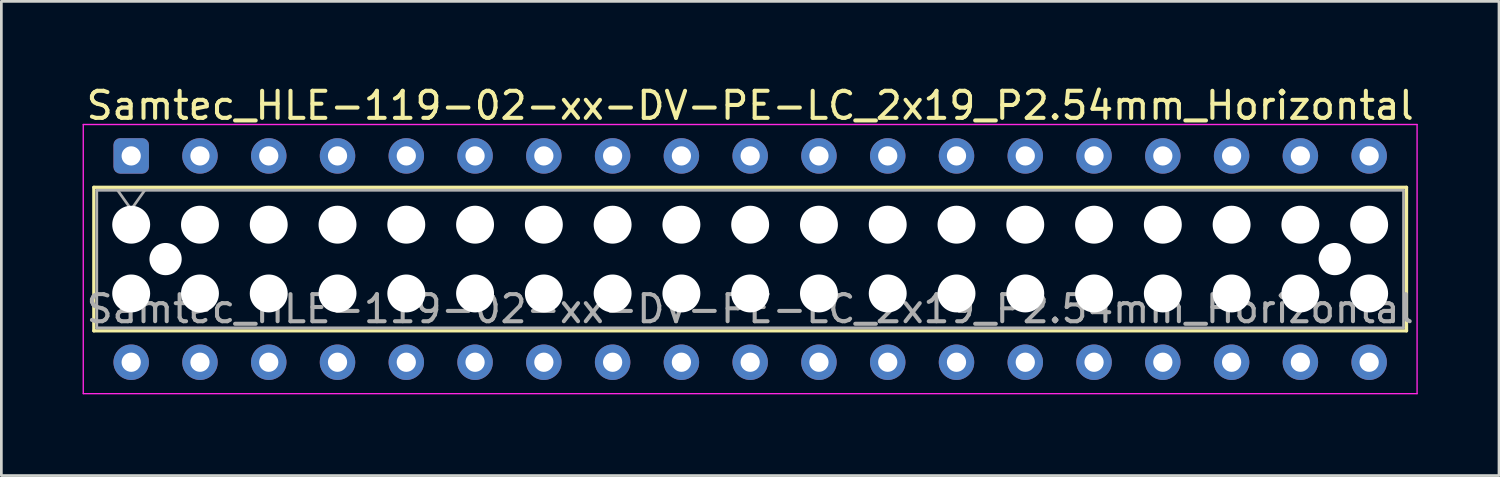
<source format=kicad_pcb>
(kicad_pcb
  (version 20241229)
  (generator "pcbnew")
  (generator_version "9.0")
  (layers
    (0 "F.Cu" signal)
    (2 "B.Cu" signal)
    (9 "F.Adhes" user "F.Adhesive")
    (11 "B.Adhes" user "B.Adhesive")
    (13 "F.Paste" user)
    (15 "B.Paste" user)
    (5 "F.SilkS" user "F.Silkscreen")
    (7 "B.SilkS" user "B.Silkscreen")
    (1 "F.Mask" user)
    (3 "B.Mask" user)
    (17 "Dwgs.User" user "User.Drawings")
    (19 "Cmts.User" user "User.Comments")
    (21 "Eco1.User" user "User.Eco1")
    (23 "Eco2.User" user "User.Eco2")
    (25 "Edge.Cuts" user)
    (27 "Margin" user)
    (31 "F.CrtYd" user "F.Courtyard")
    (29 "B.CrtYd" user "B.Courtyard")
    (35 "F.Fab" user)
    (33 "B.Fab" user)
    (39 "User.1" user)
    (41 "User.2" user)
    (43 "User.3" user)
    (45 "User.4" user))
  (footprint "Samtec_HLE-119-02-xx-DV-PE-LC_2x19_P2.54mm_Horizontal"
    (layer "F.Cu")
    (at 1.795 2.708)
    (property "Reference" "Samtec_HLE-119-02-xx-DV-PE-LC_2x19_P2.54mm_Horizontal" (at 22.86 -1.86 0) (layer "F.SilkS") (effects (font (size 1 1) (thickness 0.15))))
    (attr through_hole)
    (fp_line (start -1.38 1.16) (end 47.1 1.16) (stroke (width 0.12) (type solid)) (layer "F.SilkS"))
    (fp_line (start -1.38 6.46) (end -1.38 1.16) (stroke (width 0.12) (type solid)) (layer "F.SilkS"))
    (fp_line (start 47.1 1.16) (end 47.1 6.46) (stroke (width 0.12) (type solid)) (layer "F.SilkS"))
    (fp_line (start 47.1 6.46) (end -1.38 6.46) (stroke (width 0.12) (type solid)) (layer "F.SilkS"))
    (fp_line (start -1.77 -1.16) (end 47.49 -1.16) (stroke (width 0.05) (type solid)) (layer "F.CrtYd"))
    (fp_line (start -1.77 8.78) (end -1.77 -1.16) (stroke (width 0.05) (type solid)) (layer "F.CrtYd"))
    (fp_line (start 47.49 -1.16) (end 47.49 8.78) (stroke (width 0.05) (type solid)) (layer "F.CrtYd"))
    (fp_line (start 47.49 8.78) (end -1.77 8.78) (stroke (width 0.05) (type solid)) (layer "F.CrtYd"))
    (fp_line (start -1.27 1.27) (end 46.99 1.27) (stroke (width 0.1) (type solid)) (layer "F.Fab"))
    (fp_line (start -1.27 6.35) (end -1.27 1.27) (stroke (width 0.1) (type solid)) (layer "F.Fab"))
    (fp_line (start -0.5 1.27) (end 0 1.977) (stroke (width 0.1) (type solid)) (layer "F.Fab"))
    (fp_line (start 0 1.977) (end 0.5 1.27) (stroke (width 0.1) (type solid)) (layer "F.Fab"))
    (fp_line (start 46.99 1.27) (end 46.99 6.35) (stroke (width 0.1) (type solid)) (layer "F.Fab"))
    (fp_line (start 46.99 6.35) (end -1.27 6.35) (stroke (width 0.1) (type solid)) (layer "F.Fab"))
    (fp_text user "${REFERENCE}" (at 22.86 5.65 0) (layer "F.Fab") (effects (font (size 1 1) (thickness 0.15))))
    (pad "" np_thru_hole circle (at 0 2.54) (size 1.4 1.4) (drill 1.4) (layers "*.Cu" "*.Mask"))
    (pad "" np_thru_hole circle (at 0 5.08) (size 1.4 1.4) (drill 1.4) (layers "*.Cu" "*.Mask"))
    (pad "" np_thru_hole circle (at 1.27 3.81) (size 1.19 1.19) (drill 1.19) (layers "*.Cu" "*.Mask"))
    (pad "" np_thru_hole circle (at 2.54 2.54) (size 1.4 1.4) (drill 1.4) (layers "*.Cu" "*.Mask"))
    (pad "" np_thru_hole circle (at 2.54 5.08) (size 1.4 1.4) (drill 1.4) (layers "*.Cu" "*.Mask"))
    (pad "" np_thru_hole circle (at 5.08 2.54) (size 1.4 1.4) (drill 1.4) (layers "*.Cu" "*.Mask"))
    (pad "" np_thru_hole circle (at 5.08 5.08) (size 1.4 1.4) (drill 1.4) (layers "*.Cu" "*.Mask"))
    (pad "" np_thru_hole circle (at 7.62 2.54) (size 1.4 1.4) (drill 1.4) (layers "*.Cu" "*.Mask"))
    (pad "" np_thru_hole circle (at 7.62 5.08) (size 1.4 1.4) (drill 1.4) (layers "*.Cu" "*.Mask"))
    (pad "" np_thru_hole circle (at 10.16 2.54) (size 1.4 1.4) (drill 1.4) (layers "*.Cu" "*.Mask"))
    (pad "" np_thru_hole circle (at 10.16 5.08) (size 1.4 1.4) (drill 1.4) (layers "*.Cu" "*.Mask"))
    (pad "" np_thru_hole circle (at 12.7 2.54) (size 1.4 1.4) (drill 1.4) (layers "*.Cu" "*.Mask"))
    (pad "" np_thru_hole circle (at 12.7 5.08) (size 1.4 1.4) (drill 1.4) (layers "*.Cu" "*.Mask"))
    (pad "" np_thru_hole circle (at 15.24 2.54) (size 1.4 1.4) (drill 1.4) (layers "*.Cu" "*.Mask"))
    (pad "" np_thru_hole circle (at 15.24 5.08) (size 1.4 1.4) (drill 1.4) (layers "*.Cu" "*.Mask"))
    (pad "" np_thru_hole circle (at 17.78 2.54) (size 1.4 1.4) (drill 1.4) (layers "*.Cu" "*.Mask"))
    (pad "" np_thru_hole circle (at 17.78 5.08) (size 1.4 1.4) (drill 1.4) (layers "*.Cu" "*.Mask"))
    (pad "" np_thru_hole circle (at 20.32 2.54) (size 1.4 1.4) (drill 1.4) (layers "*.Cu" "*.Mask"))
    (pad "" np_thru_hole circle (at 20.32 5.08) (size 1.4 1.4) (drill 1.4) (layers "*.Cu" "*.Mask"))
    (pad "" np_thru_hole circle (at 22.86 2.54) (size 1.4 1.4) (drill 1.4) (layers "*.Cu" "*.Mask"))
    (pad "" np_thru_hole circle (at 22.86 5.08) (size 1.4 1.4) (drill 1.4) (layers "*.Cu" "*.Mask"))
    (pad "" np_thru_hole circle (at 25.4 2.54) (size 1.4 1.4) (drill 1.4) (layers "*.Cu" "*.Mask"))
    (pad "" np_thru_hole circle (at 25.4 5.08) (size 1.4 1.4) (drill 1.4) (layers "*.Cu" "*.Mask"))
    (pad "" np_thru_hole circle (at 27.94 2.54) (size 1.4 1.4) (drill 1.4) (layers "*.Cu" "*.Mask"))
    (pad "" np_thru_hole circle (at 27.94 5.08) (size 1.4 1.4) (drill 1.4) (layers "*.Cu" "*.Mask"))
    (pad "" np_thru_hole circle (at 30.48 2.54) (size 1.4 1.4) (drill 1.4) (layers "*.Cu" "*.Mask"))
    (pad "" np_thru_hole circle (at 30.48 5.08) (size 1.4 1.4) (drill 1.4) (layers "*.Cu" "*.Mask"))
    (pad "" np_thru_hole circle (at 33.02 2.54) (size 1.4 1.4) (drill 1.4) (layers "*.Cu" "*.Mask"))
    (pad "" np_thru_hole circle (at 33.02 5.08) (size 1.4 1.4) (drill 1.4) (layers "*.Cu" "*.Mask"))
    (pad "" np_thru_hole circle (at 35.56 2.54) (size 1.4 1.4) (drill 1.4) (layers "*.Cu" "*.Mask"))
    (pad "" np_thru_hole circle (at 35.56 5.08) (size 1.4 1.4) (drill 1.4) (layers "*.Cu" "*.Mask"))
    (pad "" np_thru_hole circle (at 38.1 2.54) (size 1.4 1.4) (drill 1.4) (layers "*.Cu" "*.Mask"))
    (pad "" np_thru_hole circle (at 38.1 5.08) (size 1.4 1.4) (drill 1.4) (layers "*.Cu" "*.Mask"))
    (pad "" np_thru_hole circle (at 40.64 2.54) (size 1.4 1.4) (drill 1.4) (layers "*.Cu" "*.Mask"))
    (pad "" np_thru_hole circle (at 40.64 5.08) (size 1.4 1.4) (drill 1.4) (layers "*.Cu" "*.Mask"))
    (pad "" np_thru_hole circle (at 43.18 2.54) (size 1.4 1.4) (drill 1.4) (layers "*.Cu" "*.Mask"))
    (pad "" np_thru_hole circle (at 43.18 5.08) (size 1.4 1.4) (drill 1.4) (layers "*.Cu" "*.Mask"))
    (pad "" np_thru_hole circle (at 44.45 3.81) (size 1.19 1.19) (drill 1.19) (layers "*.Cu" "*.Mask"))
    (pad "" np_thru_hole circle (at 45.72 2.54) (size 1.4 1.4) (drill 1.4) (layers "*.Cu" "*.Mask"))
    (pad "" np_thru_hole circle (at 45.72 5.08) (size 1.4 1.4) (drill 1.4) (layers "*.Cu" "*.Mask"))
    (pad "1" thru_hole roundrect (at 0 0) (size 1.31 1.31) (drill 0.71) (layers "*.Cu" "*.Mask") (roundrect_rratio 0.191))
    (pad "2" thru_hole circle (at 0 7.62) (size 1.31 1.31) (drill 0.71) (layers "*.Cu" "*.Mask"))
    (pad "3" thru_hole circle (at 2.54 0) (size 1.31 1.31) (drill 0.71) (layers "*.Cu" "*.Mask"))
    (pad "4" thru_hole circle (at 2.54 7.62) (size 1.31 1.31) (drill 0.71) (layers "*.Cu" "*.Mask"))
    (pad "5" thru_hole circle (at 5.08 0) (size 1.31 1.31) (drill 0.71) (layers "*.Cu" "*.Mask"))
    (pad "6" thru_hole circle (at 5.08 7.62) (size 1.31 1.31) (drill 0.71) (layers "*.Cu" "*.Mask"))
    (pad "7" thru_hole circle (at 7.62 0) (size 1.31 1.31) (drill 0.71) (layers "*.Cu" "*.Mask"))
    (pad "8" thru_hole circle (at 7.62 7.62) (size 1.31 1.31) (drill 0.71) (layers "*.Cu" "*.Mask"))
    (pad "9" thru_hole circle (at 10.16 0) (size 1.31 1.31) (drill 0.71) (layers "*.Cu" "*.Mask"))
    (pad "10" thru_hole circle (at 10.16 7.62) (size 1.31 1.31) (drill 0.71) (layers "*.Cu" "*.Mask"))
    (pad "11" thru_hole circle (at 12.7 0) (size 1.31 1.31) (drill 0.71) (layers "*.Cu" "*.Mask"))
    (pad "12" thru_hole circle (at 12.7 7.62) (size 1.31 1.31) (drill 0.71) (layers "*.Cu" "*.Mask"))
    (pad "13" thru_hole circle (at 15.24 0) (size 1.31 1.31) (drill 0.71) (layers "*.Cu" "*.Mask"))
    (pad "14" thru_hole circle (at 15.24 7.62) (size 1.31 1.31) (drill 0.71) (layers "*.Cu" "*.Mask"))
    (pad "15" thru_hole circle (at 17.78 0) (size 1.31 1.31) (drill 0.71) (layers "*.Cu" "*.Mask"))
    (pad "16" thru_hole circle (at 17.78 7.62) (size 1.31 1.31) (drill 0.71) (layers "*.Cu" "*.Mask"))
    (pad "17" thru_hole circle (at 20.32 0) (size 1.31 1.31) (drill 0.71) (layers "*.Cu" "*.Mask"))
    (pad "18" thru_hole circle (at 20.32 7.62) (size 1.31 1.31) (drill 0.71) (layers "*.Cu" "*.Mask"))
    (pad "19" thru_hole circle (at 22.86 0) (size 1.31 1.31) (drill 0.71) (layers "*.Cu" "*.Mask"))
    (pad "20" thru_hole circle (at 22.86 7.62) (size 1.31 1.31) (drill 0.71) (layers "*.Cu" "*.Mask"))
    (pad "21" thru_hole circle (at 25.4 0) (size 1.31 1.31) (drill 0.71) (layers "*.Cu" "*.Mask"))
    (pad "22" thru_hole circle (at 25.4 7.62) (size 1.31 1.31) (drill 0.71) (layers "*.Cu" "*.Mask"))
    (pad "23" thru_hole circle (at 27.94 0) (size 1.31 1.31) (drill 0.71) (layers "*.Cu" "*.Mask"))
    (pad "24" thru_hole circle (at 27.94 7.62) (size 1.31 1.31) (drill 0.71) (layers "*.Cu" "*.Mask"))
    (pad "25" thru_hole circle (at 30.48 0) (size 1.31 1.31) (drill 0.71) (layers "*.Cu" "*.Mask"))
    (pad "26" thru_hole circle (at 30.48 7.62) (size 1.31 1.31) (drill 0.71) (layers "*.Cu" "*.Mask"))
    (pad "27" thru_hole circle (at 33.02 0) (size 1.31 1.31) (drill 0.71) (layers "*.Cu" "*.Mask"))
    (pad "28" thru_hole circle (at 33.02 7.62) (size 1.31 1.31) (drill 0.71) (layers "*.Cu" "*.Mask"))
    (pad "29" thru_hole circle (at 35.56 0) (size 1.31 1.31) (drill 0.71) (layers "*.Cu" "*.Mask"))
    (pad "30" thru_hole circle (at 35.56 7.62) (size 1.31 1.31) (drill 0.71) (layers "*.Cu" "*.Mask"))
    (pad "31" thru_hole circle (at 38.1 0) (size 1.31 1.31) (drill 0.71) (layers "*.Cu" "*.Mask"))
    (pad "32" thru_hole circle (at 38.1 7.62) (size 1.31 1.31) (drill 0.71) (layers "*.Cu" "*.Mask"))
    (pad "33" thru_hole circle (at 40.64 0) (size 1.31 1.31) (drill 0.71) (layers "*.Cu" "*.Mask"))
    (pad "34" thru_hole circle (at 40.64 7.62) (size 1.31 1.31) (drill 0.71) (layers "*.Cu" "*.Mask"))
    (pad "35" thru_hole circle (at 43.18 0) (size 1.31 1.31) (drill 0.71) (layers "*.Cu" "*.Mask"))
    (pad "36" thru_hole circle (at 43.18 7.62) (size 1.31 1.31) (drill 0.71) (layers "*.Cu" "*.Mask"))
    (pad "37" thru_hole circle (at 45.72 0) (size 1.31 1.31) (drill 0.71) (layers "*.Cu" "*.Mask"))
    (pad "38" thru_hole circle (at 45.72 7.62) (size 1.31 1.31) (drill 0.71) (layers "*.Cu" "*.Mask")))
  (gr_rect
    (start -3 -3)
    (end 52.31 14.513)
    (stroke (width 0.1) (type default))
    (fill no)
    (layer "Edge.Cuts")))
</source>
